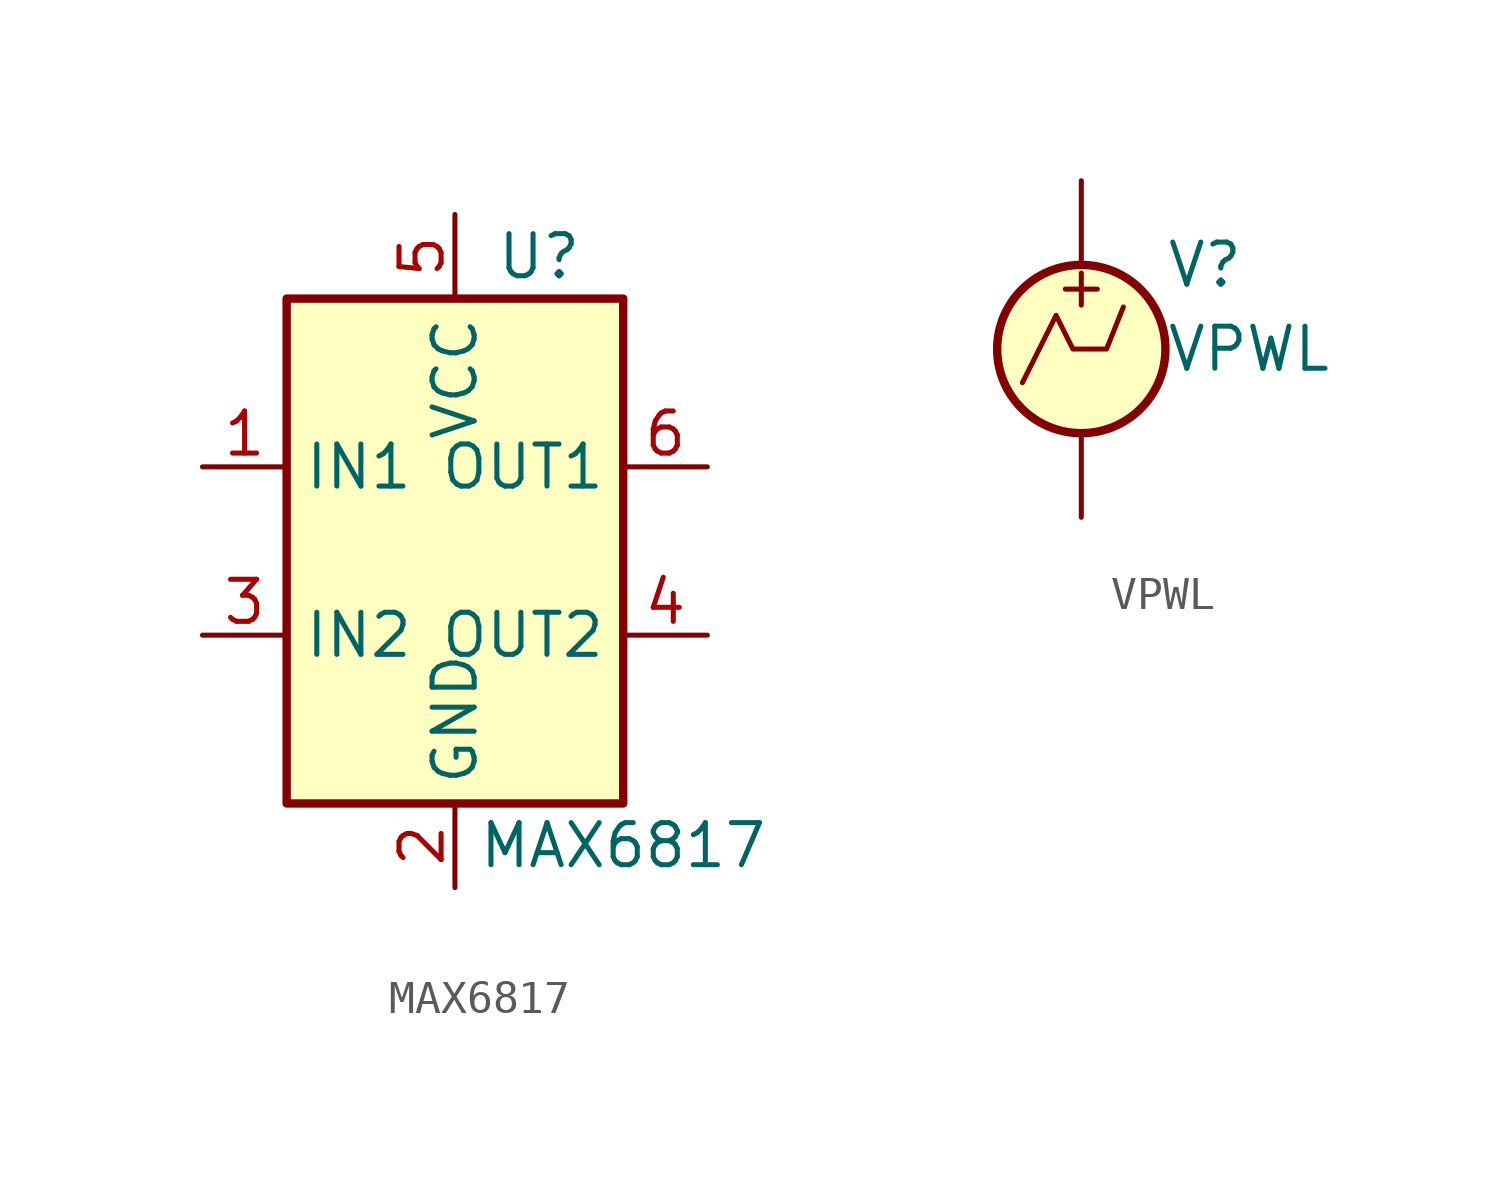
<source format=kicad_sym>
(kicad_symbol_lib
  (version 20231120)
  (generator "kicad_symbol_editor")
  (generator_version "8.0")
  (symbol "MAX6817"
    (property "Reference" "U"
      (at 2.54 8.89 0)
      (effects (font (size 1.27 1.27))))
    (property "Value" "MAX6817"
      (at 5.08 -8.89 0)
      (effects (font (size 1.27 1.27))))
    (symbol "MAX6817_0_1"
      (rectangle (start -5.08 7.62) (end 5.08 -7.62) (stroke (width 0.254) (type default)) (fill (type background))))
    (symbol "MAX6817_1_1"
      (pin passive line (at -7.62 2.54 0) (length 2.54) (name "IN1" (effects (font (size 1.27 1.27)))) (number "1" (effects (font (size 1.27 1.27)))))
      (pin passive line (at 0 -10.16 90) (length 2.54) (name "GND" (effects (font (size 1.27 1.27)))) (number "2" (effects (font (size 1.27 1.27)))))
      (pin passive line (at -7.62 -2.54 0) (length 2.54) (name "IN2" (effects (font (size 1.27 1.27)))) (number "3" (effects (font (size 1.27 1.27)))))
      (pin passive line (at 7.62 -2.54 180) (length 2.54) (name "OUT2" (effects (font (size 1.27 1.27)))) (number "4" (effects (font (size 1.27 1.27)))))
      (pin passive line (at 0 10.16 270) (length 2.54) (name "VCC" (effects (font (size 1.27 1.27)))) (number "5" (effects (font (size 1.27 1.27)))))
      (pin passive line (at 7.62 2.54 180) (length 2.54) (name "OUT1" (effects (font (size 1.27 1.27)))) (number "6" (effects (font (size 1.27 1.27)))))))
  (symbol "VPWL"
    (pin_numbers hide)
    (pin_names
      (offset 0.025))
    (property "Reference" "V"
      (at 2.54 2.54 0)
      (effects (font (size 1.27 1.27)) (justify left)))
    (property "Value" "VPWL"
      (at 2.54 0 0)
      (effects (font (size 1.27 1.27)) (justify left)))
    (symbol "VPWL_0_0"
      (polyline (pts (xy -1.778 -1.016) (xy -0.762 1.016) (xy -0.254 0) (xy 0.762 0) (xy 1.27 1.27)) (stroke (width 0) (type default)) (fill (type none)))
      (text "+" (at 0 1.905 0) (effects (font (size 1.27 1.27)))))
    (symbol "VPWL_0_1"
      (circle (center 0 0) (radius 2.54) (stroke (width 0.254) (type default)) (fill (type background))))
    (symbol "VPWL_1_1"
      (pin passive line (at 0 5.08 270) (length 2.54) (name "~" (effects (font (size 1.27 1.27)))) (number "1" (effects (font (size 1.27 1.27)))))
      (pin passive line (at 0 -5.08 90) (length 2.54) (name "~" (effects (font (size 1.27 1.27)))) (number "2" (effects (font (size 1.27 1.27))))))))
</source>
